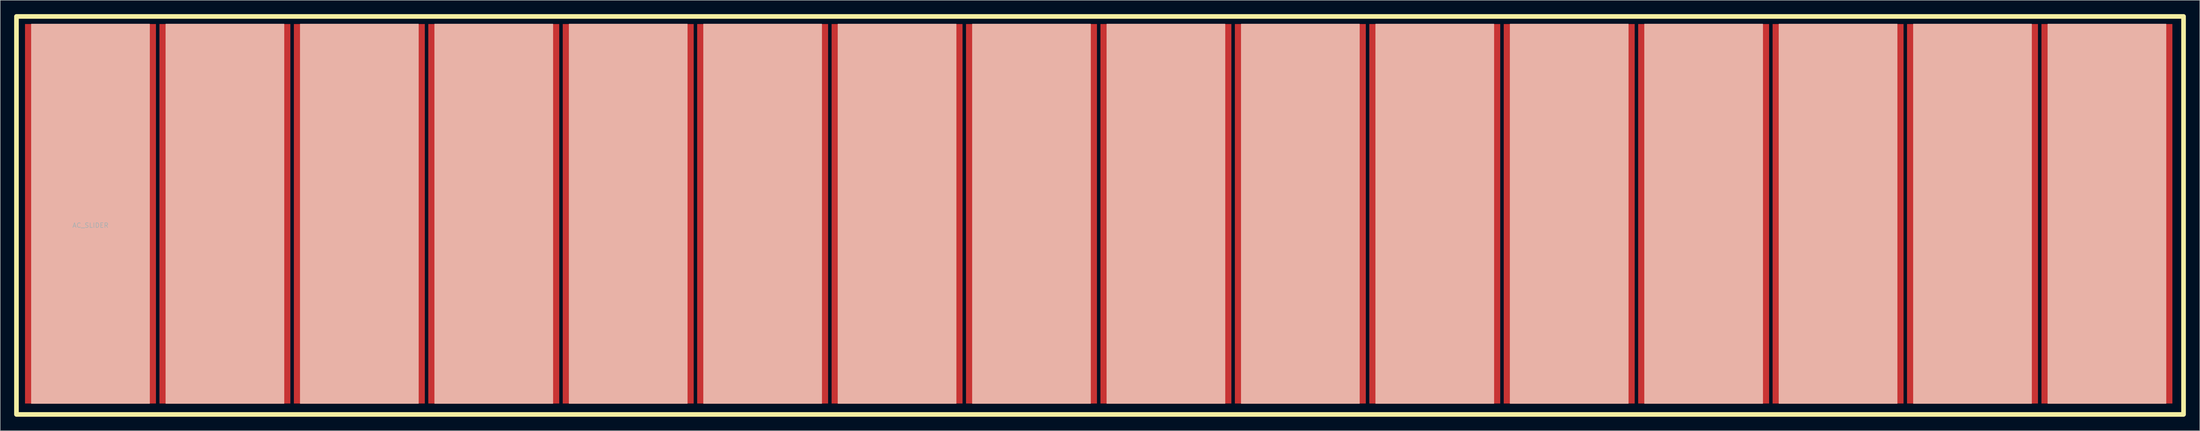
<source format=kicad_pcb>
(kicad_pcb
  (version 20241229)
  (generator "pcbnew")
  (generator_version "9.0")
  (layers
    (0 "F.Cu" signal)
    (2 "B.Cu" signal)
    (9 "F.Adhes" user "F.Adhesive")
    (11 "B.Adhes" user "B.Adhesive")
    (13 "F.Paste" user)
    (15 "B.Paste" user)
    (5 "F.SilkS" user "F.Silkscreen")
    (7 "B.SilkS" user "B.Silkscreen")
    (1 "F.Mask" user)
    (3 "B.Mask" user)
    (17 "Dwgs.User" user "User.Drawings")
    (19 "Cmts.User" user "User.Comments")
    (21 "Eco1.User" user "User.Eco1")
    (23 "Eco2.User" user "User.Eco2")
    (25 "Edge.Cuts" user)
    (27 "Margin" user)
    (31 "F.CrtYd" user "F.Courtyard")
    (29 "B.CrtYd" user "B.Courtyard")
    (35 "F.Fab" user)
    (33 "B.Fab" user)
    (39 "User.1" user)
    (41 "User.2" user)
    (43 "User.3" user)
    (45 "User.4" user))
  (footprint "AC_SLIDER"
    (layer "F.Cu")
    (at 233.97 43.14)
    (property "Reference" "AC_SLIDER" (at -217.5 -0.5 0) (unlocked yes) (layer "F.SilkS") (effects (font (size 1 1) (thickness 0.1))))
    (attr smd)
    (fp_rect (start -233.47 -42.64) (end 234.03 43.36) (stroke (width 1) (type default)) (fill no) (layer "F.SilkS"))
    (fp_rect (start -230.25 -41) (end -204.75 41) (stroke (width 0.1) (type solid)) (fill yes) (layer "B.SilkS"))
    (fp_rect (start -201.25 -41) (end -175.75 41) (stroke (width 0.1) (type solid)) (fill yes) (layer "B.SilkS"))
    (fp_rect (start -172.25 -41) (end -146.75 41) (stroke (width 0.1) (type solid)) (fill yes) (layer "B.SilkS"))
    (fp_rect (start -143.25 -41) (end -117.75 41) (stroke (width 0.1) (type solid)) (fill yes) (layer "B.SilkS"))
    (fp_rect (start -114.25 -41) (end -88.75 41) (stroke (width 0.1) (type solid)) (fill yes) (layer "B.SilkS"))
    (fp_rect (start -85.25 -41) (end -59.75 41) (stroke (width 0.1) (type solid)) (fill yes) (layer "B.SilkS"))
    (fp_rect (start -56.25 -41) (end -30.75 41) (stroke (width 0.1) (type solid)) (fill yes) (layer "B.SilkS"))
    (fp_rect (start -27.25 -41) (end -1.75 41) (stroke (width 0.1) (type solid)) (fill yes) (layer "B.SilkS"))
    (fp_rect (start 1.75 -41) (end 27.25 41) (stroke (width 0.1) (type solid)) (fill yes) (layer "B.SilkS"))
    (fp_rect (start 30.75 -41) (end 56.25 41) (stroke (width 0.1) (type solid)) (fill yes) (layer "B.SilkS"))
    (fp_rect (start 59.75 -41) (end 85.25 41) (stroke (width 0.1) (type solid)) (fill yes) (layer "B.SilkS"))
    (fp_rect (start 88.75 -41) (end 114.25 41) (stroke (width 0.1) (type solid)) (fill yes) (layer "B.SilkS"))
    (fp_rect (start 117.75 -41) (end 143.25 41) (stroke (width 0.1) (type solid)) (fill yes) (layer "B.SilkS"))
    (fp_rect (start 146.75 -41) (end 172.25 41) (stroke (width 0.1) (type solid)) (fill yes) (layer "B.SilkS"))
    (fp_rect (start 175.75 -41) (end 201.25 41) (stroke (width 0.1) (type solid)) (fill yes) (layer "B.SilkS"))
    (fp_rect (start 204.75 -41) (end 230.25 41) (stroke (width 0.1) (type solid)) (fill yes) (layer "B.SilkS"))
    (fp_text user "${REFERENCE}" (at -217.5 2.5 0) (unlocked yes) (layer "F.Fab") (effects (font (size 1 1) (thickness 0.15))))
    (pad "1" smd rect (at -217.5 0) (size 28.25 82) (layers "F.Cu"))
    (pad "2" smd rect (at -188.5 0) (size 28.25 82) (layers "F.Cu"))
    (pad "3" smd rect (at -159.5 0) (size 28.25 82) (layers "F.Cu"))
    (pad "4" smd rect (at -130.5 0) (size 28.25 82) (layers "F.Cu"))
    (pad "5" smd rect (at -101.5 0) (size 28.25 82) (layers "F.Cu"))
    (pad "6" smd rect (at -72.5 0) (size 28.25 82) (layers "F.Cu"))
    (pad "7" smd rect (at -43.5 0) (size 28.25 82) (layers "F.Cu"))
    (pad "8" smd rect (at -14.5 0) (size 28.25 82) (layers "F.Cu"))
    (pad "9" smd rect (at 14.5 0) (size 28.25 82) (layers "F.Cu"))
    (pad "10" smd rect (at 43.5 0) (size 28.25 82) (layers "F.Cu"))
    (pad "11" smd rect (at 72.5 0) (size 28.25 82) (layers "F.Cu"))
    (pad "12" smd rect (at 101.5 0) (size 28.25 82) (layers "F.Cu"))
    (pad "13" smd rect (at 130.5 0) (size 28.25 82) (layers "F.Cu"))
    (pad "14" smd rect (at 159.5 0) (size 28.25 82) (layers "F.Cu"))
    (pad "15" smd rect (at 188.5 0) (size 28.25 82) (layers "F.Cu"))
    (pad "16" smd rect (at 217.5 0) (size 28.25 82) (layers "F.Cu")))
  (gr_rect
    (start -3 -3)
    (end 471.5 90)
    (stroke (width 0.1) (type default))
    (fill no)
    (layer "Edge.Cuts")))
</source>
